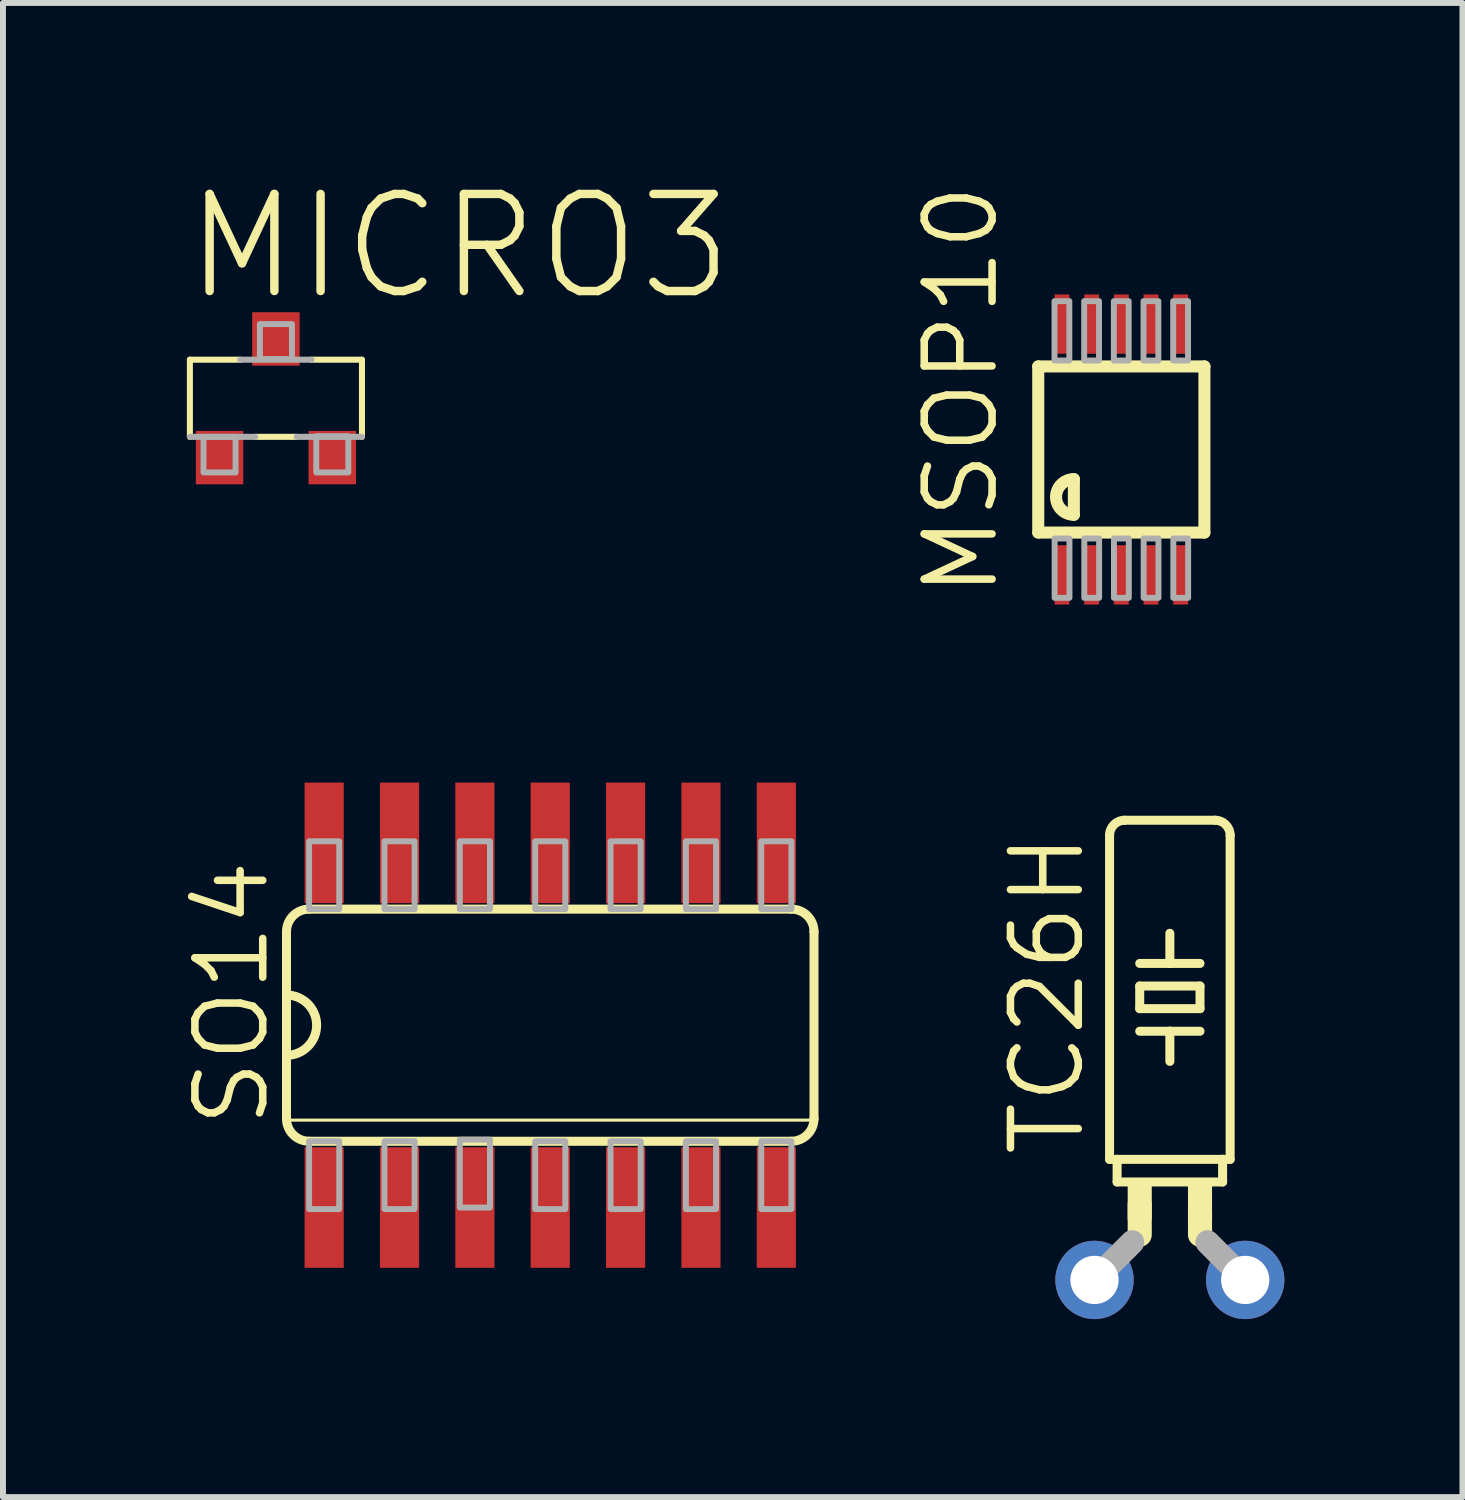
<source format=kicad_pcb>
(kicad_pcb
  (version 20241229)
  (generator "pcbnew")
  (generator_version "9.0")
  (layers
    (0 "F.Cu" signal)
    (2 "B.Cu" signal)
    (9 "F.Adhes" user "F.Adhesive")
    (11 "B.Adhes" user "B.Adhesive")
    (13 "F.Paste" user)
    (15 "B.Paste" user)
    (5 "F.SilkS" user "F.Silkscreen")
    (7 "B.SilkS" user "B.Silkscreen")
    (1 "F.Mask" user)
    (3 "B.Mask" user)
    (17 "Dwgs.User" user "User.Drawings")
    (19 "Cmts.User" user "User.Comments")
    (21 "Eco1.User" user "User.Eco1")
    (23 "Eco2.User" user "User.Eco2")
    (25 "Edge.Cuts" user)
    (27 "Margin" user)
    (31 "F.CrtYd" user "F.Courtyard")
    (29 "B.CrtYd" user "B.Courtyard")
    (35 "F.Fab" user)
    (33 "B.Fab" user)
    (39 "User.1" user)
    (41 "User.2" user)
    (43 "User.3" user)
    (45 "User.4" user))
  (footprint "MSOP10"
    (layer "F.Cu")
    (at 15.847 4.525)
    (property "Reference" "MSOP10" (at -2.032 2.54 90) (layer "F.SilkS") (effects (font (size 1.143 1.143) (thickness 0.127)) (justify left bottom)))
    (fp_line (start -1.4 -1.4) (end 1.4 -1.4) (stroke (width 0.203) (type solid)) (layer "F.SilkS"))
    (fp_line (start -1.4 1.4) (end -1.4 -1.4) (stroke (width 0.203) (type solid)) (layer "F.SilkS"))
    (fp_line (start -0.8 0.5) (end -0.8 1.1) (stroke (width 0.203) (type solid)) (layer "F.SilkS"))
    (fp_line (start 1.4 -1.4) (end 1.4 1.4) (stroke (width 0.203) (type solid)) (layer "F.SilkS"))
    (fp_line (start 1.4 1.4) (end -1.4 1.4) (stroke (width 0.203) (type solid)) (layer "F.SilkS"))
    (fp_arc (start -0.8 1.1) (mid -1.1 0.8) (end -0.8 0.5) (stroke (width 0.2032) (type solid)) (layer "F.SilkS"))
    (fp_poly (pts (xy -1.124 2.5) (xy -0.874 2.5) (xy -0.874 1.5) (xy -1.124 1.5)) (stroke (width 0.1) (type default)) (fill no) (layer "F.Fab"))
    (fp_poly (pts (xy -0.876 -2.5) (xy -1.126 -2.5) (xy -1.126 -1.5) (xy -0.876 -1.5)) (stroke (width 0.1) (type default)) (fill no) (layer "F.Fab"))
    (fp_poly (pts (xy -0.624 2.5) (xy -0.374 2.5) (xy -0.374 1.5) (xy -0.624 1.5)) (stroke (width 0.1) (type default)) (fill no) (layer "F.Fab"))
    (fp_poly (pts (xy -0.376 -2.5) (xy -0.626 -2.5) (xy -0.626 -1.5) (xy -0.376 -1.5)) (stroke (width 0.1) (type default)) (fill no) (layer "F.Fab"))
    (fp_poly (pts (xy -0.124 2.5) (xy 0.126 2.5) (xy 0.126 1.5) (xy -0.124 1.5)) (stroke (width 0.1) (type default)) (fill no) (layer "F.Fab"))
    (fp_poly (pts (xy 0.124 -2.5) (xy -0.126 -2.5) (xy -0.126 -1.5) (xy 0.124 -1.5)) (stroke (width 0.1) (type default)) (fill no) (layer "F.Fab"))
    (fp_poly (pts (xy 0.376 2.5) (xy 0.626 2.5) (xy 0.626 1.5) (xy 0.376 1.5)) (stroke (width 0.1) (type default)) (fill no) (layer "F.Fab"))
    (fp_poly (pts (xy 0.624 -2.5) (xy 0.374 -2.5) (xy 0.374 -1.5) (xy 0.624 -1.5)) (stroke (width 0.1) (type default)) (fill no) (layer "F.Fab"))
    (fp_poly (pts (xy 0.876 2.5) (xy 1.126 2.5) (xy 1.126 1.5) (xy 0.876 1.5)) (stroke (width 0.1) (type default)) (fill no) (layer "F.Fab"))
    (fp_poly (pts (xy 1.124 -2.5) (xy 0.874 -2.5) (xy 0.874 -1.5) (xy 1.124 -1.5)) (stroke (width 0.1) (type default)) (fill no) (layer "F.Fab"))
    (pad "1" smd rect (at -1 2.113) (size 0.25 1) (layers "F.Cu" "F.Mask" "F.Paste"))
    (pad "2" smd rect (at -0.5 2.113) (size 0.25 1) (layers "F.Cu" "F.Mask" "F.Paste"))
    (pad "3" smd rect (at 0 2.113) (size 0.25 1) (layers "F.Cu" "F.Mask" "F.Paste"))
    (pad "4" smd rect (at 0.5 2.113) (size 0.25 1) (layers "F.Cu" "F.Mask" "F.Paste"))
    (pad "5" smd rect (at 1 2.113) (size 0.25 1) (layers "F.Cu" "F.Mask" "F.Paste"))
    (pad "6" smd rect (at 1 -2.113 180) (size 0.25 1) (layers "F.Cu" "F.Mask" "F.Paste"))
    (pad "7" smd rect (at 0.5 -2.113 180) (size 0.25 1) (layers "F.Cu" "F.Mask" "F.Paste"))
    (pad "8" smd rect (at 0 -2.113 180) (size 0.25 1) (layers "F.Cu" "F.Mask" "F.Paste"))
    (pad "9" smd rect (at -0.5 -2.113 180) (size 0.25 1) (layers "F.Cu" "F.Mask" "F.Paste"))
    (pad "10" smd rect (at -1 -2.113 180) (size 0.25 1) (layers "F.Cu" "F.Mask" "F.Paste")))
  (footprint "TC26H"
    (layer "F.Cu")
    (at 16.665 18.52)
    (property "Reference" "TC26H" (at -1.397 -2.032 90) (layer "F.SilkS") (effects (font (size 1.143 1.143) (thickness 0.127)) (justify left bottom)))
    (fp_line (start -1.016 -2.032) (end -1.016 -7.493) (stroke (width 0.152) (type solid)) (layer "F.SilkS"))
    (fp_line (start -1.016 -2.032) (end -0.889 -2.032) (stroke (width 0.152) (type solid)) (layer "F.SilkS"))
    (fp_line (start -0.889 -1.651) (end -0.889 -2.032) (stroke (width 0.152) (type solid)) (layer "F.SilkS"))
    (fp_line (start -0.889 -1.651) (end 0.889 -1.651) (stroke (width 0.152) (type solid)) (layer "F.SilkS"))
    (fp_line (start -0.762 -7.747) (end 0.762 -7.747) (stroke (width 0.152) (type solid)) (layer "F.SilkS"))
    (fp_line (start -0.508 -5.334) (end 0 -5.334) (stroke (width 0.152) (type solid)) (layer "F.SilkS"))
    (fp_line (start -0.508 -4.953) (end -0.508 -4.572) (stroke (width 0.152) (type solid)) (layer "F.SilkS"))
    (fp_line (start -0.508 -4.953) (end 0.508 -4.953) (stroke (width 0.152) (type solid)) (layer "F.SilkS"))
    (fp_line (start -0.508 -4.191) (end 0 -4.191) (stroke (width 0.152) (type solid)) (layer "F.SilkS"))
    (fp_line (start -0.508 -0.762) (end -0.508 -1.27) (stroke (width 0.406) (type solid)) (layer "F.SilkS"))
    (fp_line (start 0 -5.334) (end 0 -5.842) (stroke (width 0.152) (type solid)) (layer "F.SilkS"))
    (fp_line (start 0 -5.334) (end 0.508 -5.334) (stroke (width 0.152) (type solid)) (layer "F.SilkS"))
    (fp_line (start 0 -4.191) (end 0 -3.683) (stroke (width 0.152) (type solid)) (layer "F.SilkS"))
    (fp_line (start 0 -4.191) (end 0.508 -4.191) (stroke (width 0.152) (type solid)) (layer "F.SilkS"))
    (fp_line (start 0.508 -4.572) (end -0.508 -4.572) (stroke (width 0.152) (type solid)) (layer "F.SilkS"))
    (fp_line (start 0.508 -4.572) (end 0.508 -4.953) (stroke (width 0.152) (type solid)) (layer "F.SilkS"))
    (fp_line (start 0.508 -0.762) (end 0.508 -1.143) (stroke (width 0.406) (type solid)) (layer "F.SilkS"))
    (fp_line (start 0.889 -2.032) (end -0.889 -2.032) (stroke (width 0.152) (type solid)) (layer "F.SilkS"))
    (fp_line (start 0.889 -1.651) (end 0.889 -2.032) (stroke (width 0.152) (type solid)) (layer "F.SilkS"))
    (fp_line (start 1.016 -2.032) (end 0.889 -2.032) (stroke (width 0.152) (type solid)) (layer "F.SilkS"))
    (fp_line (start 1.016 -2.032) (end 1.016 -7.493) (stroke (width 0.152) (type solid)) (layer "F.SilkS"))
    (fp_arc (start -1.016 -7.493) (mid -0.941605 -7.672605) (end -0.762 -7.747) (stroke (width 0.1524) (type solid)) (layer "F.SilkS"))
    (fp_arc (start 0.762 -7.747) (mid 0.941605 -7.672605) (end 1.016 -7.493) (stroke (width 0.1524) (type solid)) (layer "F.SilkS"))
    (fp_poly (pts (xy -0.711 -1.016) (xy -0.305 -1.016) (xy -0.305 -1.6) (xy -0.711 -1.6)) (stroke (width 0) (type default)) (fill yes) (layer "F.SilkS"))
    (fp_poly (pts (xy 0.305 -1.016) (xy 0.711 -1.016) (xy 0.711 -1.6) (xy 0.305 -1.6)) (stroke (width 0) (type default)) (fill yes) (layer "F.SilkS"))
    (fp_line (start -0.635 -0.635) (end -1.27 0) (stroke (width 0.406) (type solid)) (layer "F.Fab"))
    (fp_line (start 0.635 -0.635) (end 1.27 0) (stroke (width 0.406) (type solid)) (layer "F.Fab"))
    (pad "1" thru_hole circle (at -1.27 0) (size 1.321 1.321) (drill 0.813) (layers "*.Cu" "*.Mask"))
    (pad "2" thru_hole circle (at 1.27 0) (size 1.321 1.321) (drill 0.813) (layers "*.Cu" "*.Mask"))
    (zone (net_name "") (layers "F.Cu" "B.Cu") (hatch edge 0.5) (connect_pads) (min_thickness 0.25) (filled_areas_thickness no) (keepout (tracks allowed) (vias not_allowed) (pads allowed) (copperpour allowed) (footprints allowed)) (placement (enabled no)) (fill) (polygon (pts (xy 14.887 17.758) (xy 18.443 17.758) (xy 18.443 10.138) (xy 14.887 10.138)))))
  (footprint "SO14"
    (layer "F.Cu")
    (at 6.223 14.227)
    (property "Reference" "SO14" (at -4.699 1.778 90) (layer "F.SilkS") (effects (font (size 1.143 1.143) (thickness 0.127)) (justify left bottom)))
    (fp_line (start -4.445 -1.575) (end -4.445 1.575) (stroke (width 0.152) (type solid)) (layer "F.SilkS"))
    (fp_line (start -4.445 1.6) (end 4.445 1.6) (stroke (width 0.051) (type solid)) (layer "F.SilkS"))
    (fp_line (start -4.064 1.956) (end 4.064 1.956) (stroke (width 0.152) (type solid)) (layer "F.SilkS"))
    (fp_line (start 4.064 -1.956) (end -4.064 -1.956) (stroke (width 0.152) (type solid)) (layer "F.SilkS"))
    (fp_line (start 4.445 1.575) (end 4.445 -1.575) (stroke (width 0.152) (type solid)) (layer "F.SilkS"))
    (fp_arc (start -4.445 -1.5748) (mid -4.333408 -1.844208) (end -4.064 -1.9558) (stroke (width 0.1524) (type solid)) (layer "F.SilkS"))
    (fp_arc (start -4.445 -0.508) (mid -3.937 0) (end -4.445 0.508) (stroke (width 0.1524) (type solid)) (layer "F.SilkS"))
    (fp_arc (start -4.064 1.9558) (mid -4.333408 1.844208) (end -4.445 1.5748) (stroke (width 0.1524) (type solid)) (layer "F.SilkS"))
    (fp_arc (start 4.064 -1.9558) (mid 4.333408 -1.844208) (end 4.445 -1.5748) (stroke (width 0.1524) (type solid)) (layer "F.SilkS"))
    (fp_arc (start 4.445 1.5748) (mid 4.333408 1.844208) (end 4.064 1.9558) (stroke (width 0.1524) (type solid)) (layer "F.SilkS"))
    (fp_poly (pts (xy -4.064 -1.956) (xy -3.556 -1.956) (xy -3.556 -3.099) (xy -4.064 -3.099)) (stroke (width 0.1) (type default)) (fill no) (layer "F.Fab"))
    (fp_poly (pts (xy -4.064 3.099) (xy -3.556 3.099) (xy -3.556 1.956) (xy -4.064 1.956)) (stroke (width 0.1) (type default)) (fill no) (layer "F.Fab"))
    (fp_poly (pts (xy -2.794 -1.956) (xy -2.286 -1.956) (xy -2.286 -3.099) (xy -2.794 -3.099)) (stroke (width 0.1) (type default)) (fill no) (layer "F.Fab"))
    (fp_poly (pts (xy -2.794 3.099) (xy -2.286 3.099) (xy -2.286 1.956) (xy -2.794 1.956)) (stroke (width 0.1) (type default)) (fill no) (layer "F.Fab"))
    (fp_poly (pts (xy -1.524 -1.956) (xy -1.016 -1.956) (xy -1.016 -3.099) (xy -1.524 -3.099)) (stroke (width 0.1) (type default)) (fill no) (layer "F.Fab"))
    (fp_poly (pts (xy -1.524 3.073) (xy -1.016 3.073) (xy -1.016 1.93) (xy -1.524 1.93)) (stroke (width 0.1) (type default)) (fill no) (layer "F.Fab"))
    (fp_poly (pts (xy -0.254 -1.956) (xy 0.254 -1.956) (xy 0.254 -3.099) (xy -0.254 -3.099)) (stroke (width 0.1) (type default)) (fill no) (layer "F.Fab"))
    (fp_poly (pts (xy -0.254 3.099) (xy 0.254 3.099) (xy 0.254 1.956) (xy -0.254 1.956)) (stroke (width 0.1) (type default)) (fill no) (layer "F.Fab"))
    (fp_poly (pts (xy 1.016 -1.956) (xy 1.524 -1.956) (xy 1.524 -3.099) (xy 1.016 -3.099)) (stroke (width 0.1) (type default)) (fill no) (layer "F.Fab"))
    (fp_poly (pts (xy 1.016 3.099) (xy 1.524 3.099) (xy 1.524 1.956) (xy 1.016 1.956)) (stroke (width 0.1) (type default)) (fill no) (layer "F.Fab"))
    (fp_poly (pts (xy 2.286 -1.956) (xy 2.794 -1.956) (xy 2.794 -3.099) (xy 2.286 -3.099)) (stroke (width 0.1) (type default)) (fill no) (layer "F.Fab"))
    (fp_poly (pts (xy 2.286 3.099) (xy 2.794 3.099) (xy 2.794 1.956) (xy 2.286 1.956)) (stroke (width 0.1) (type default)) (fill no) (layer "F.Fab"))
    (fp_poly (pts (xy 3.556 -1.956) (xy 4.064 -1.956) (xy 4.064 -3.099) (xy 3.556 -3.099)) (stroke (width 0.1) (type default)) (fill no) (layer "F.Fab"))
    (fp_poly (pts (xy 3.556 3.099) (xy 4.064 3.099) (xy 4.064 1.956) (xy 3.556 1.956)) (stroke (width 0.1) (type default)) (fill no) (layer "F.Fab"))
    (pad "1" smd rect (at -3.81 3.073) (size 0.66 2.032) (layers "F.Cu" "F.Mask" "F.Paste"))
    (pad "2" smd rect (at -2.54 3.073) (size 0.66 2.032) (layers "F.Cu" "F.Mask" "F.Paste"))
    (pad "3" smd rect (at -1.27 3.073) (size 0.66 2.032) (layers "F.Cu" "F.Mask" "F.Paste"))
    (pad "4" smd rect (at 0 3.073) (size 0.66 2.032) (layers "F.Cu" "F.Mask" "F.Paste"))
    (pad "5" smd rect (at 1.27 3.073) (size 0.66 2.032) (layers "F.Cu" "F.Mask" "F.Paste"))
    (pad "6" smd rect (at 2.54 3.073) (size 0.66 2.032) (layers "F.Cu" "F.Mask" "F.Paste"))
    (pad "7" smd rect (at 3.81 3.073) (size 0.66 2.032) (layers "F.Cu" "F.Mask" "F.Paste"))
    (pad "8" smd rect (at 3.81 -3.073) (size 0.66 2.032) (layers "F.Cu" "F.Mask" "F.Paste"))
    (pad "9" smd rect (at 2.54 -3.073) (size 0.66 2.032) (layers "F.Cu" "F.Mask" "F.Paste"))
    (pad "10" smd rect (at 1.27 -3.073) (size 0.66 2.032) (layers "F.Cu" "F.Mask" "F.Paste"))
    (pad "11" smd rect (at 0 -3.073) (size 0.66 2.032) (layers "F.Cu" "F.Mask" "F.Paste"))
    (pad "12" smd rect (at -1.27 -3.073) (size 0.66 2.032) (layers "F.Cu" "F.Mask" "F.Paste"))
    (pad "13" smd rect (at -2.54 -3.073) (size 0.66 2.032) (layers "F.Cu" "F.Mask" "F.Paste"))
    (pad "14" smd rect (at -3.81 -3.073) (size 0.66 2.032) (layers "F.Cu" "F.Mask" "F.Paste")))
  (footprint "MICRO3"
    (layer "F.Cu")
    (at 1.6 3.662)
    (property "Reference" "MICRO3" (at -1.6 -1.6 0) (layer "F.SilkS") (effects (font (size 1.636 1.636) (thickness 0.142)) (justify left bottom)))
    (fp_line (start -1.45 -0.65) (end -0.6 -0.65) (stroke (width 0.102) (type solid)) (layer "F.SilkS"))
    (fp_line (start -1.45 0.65) (end -1.45 -0.65) (stroke (width 0.102) (type solid)) (layer "F.SilkS"))
    (fp_line (start 0.35 0.65) (end -0.35 0.65) (stroke (width 0.102) (type solid)) (layer "F.SilkS"))
    (fp_line (start 0.6 -0.65) (end 1.45 -0.65) (stroke (width 0.102) (type solid)) (layer "F.SilkS"))
    (fp_line (start 1.45 -0.65) (end 1.45 0.65) (stroke (width 0.102) (type solid)) (layer "F.SilkS"))
    (fp_line (start -0.6 -0.65) (end 0.6 -0.65) (stroke (width 0.102) (type solid)) (layer "F.Fab"))
    (fp_line (start -0.35 0.65) (end -1.45 0.65) (stroke (width 0.102) (type solid)) (layer "F.Fab"))
    (fp_line (start 1.45 0.65) (end 0.35 0.65) (stroke (width 0.102) (type solid)) (layer "F.Fab"))
    (fp_poly (pts (xy -1.22 1.25) (xy -0.68 1.25) (xy -0.68 0.65) (xy -1.22 0.65)) (stroke (width 0.1) (type default)) (fill no) (layer "F.Fab"))
    (fp_poly (pts (xy -0.27 -0.66) (xy 0.27 -0.66) (xy 0.27 -1.25) (xy -0.27 -1.25)) (stroke (width 0.1) (type default)) (fill no) (layer "F.Fab"))
    (fp_poly (pts (xy 0.68 1.25) (xy 1.22 1.25) (xy 1.22 0.64) (xy 0.68 0.64)) (stroke (width 0.1) (type default)) (fill no) (layer "F.Fab"))
    (pad "1" smd rect (at -0.95 1) (size 0.8 0.9) (layers "F.Cu" "F.Mask" "F.Paste"))
    (pad "2" smd rect (at 0.95 1) (size 0.8 0.9) (layers "F.Cu" "F.Mask" "F.Paste"))
    (pad "3" smd rect (at 0 -1) (size 0.8 0.9) (layers "F.Cu" "F.Mask" "F.Paste")))
  (gr_rect
    (start -3 -3)
    (end 21.596 22.18)
    (stroke (width 0.1) (type default))
    (fill no)
    (layer "Edge.Cuts")))
</source>
